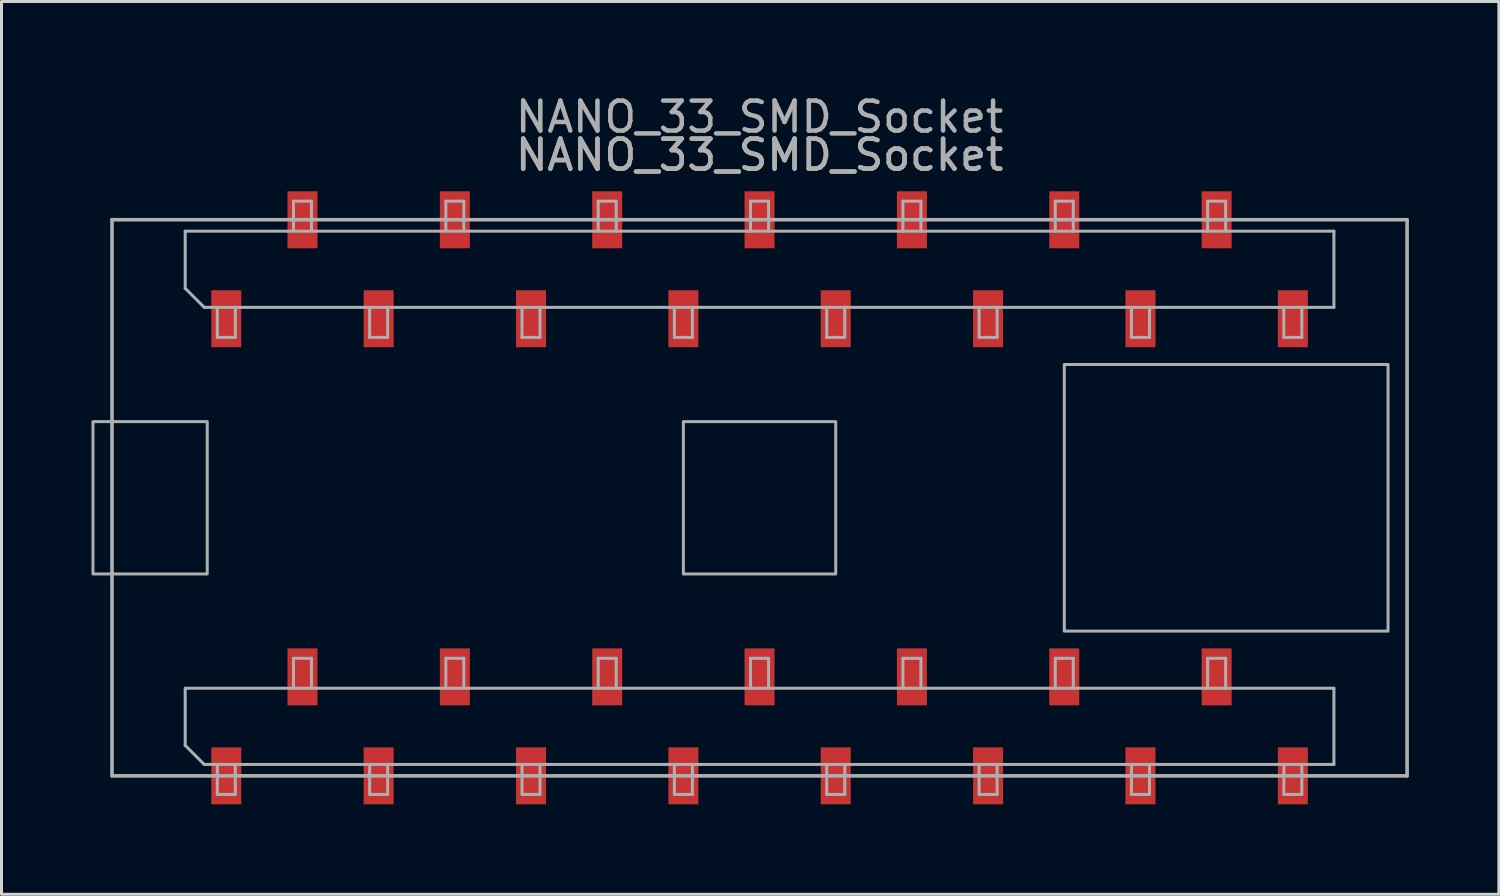
<source format=kicad_pcb>
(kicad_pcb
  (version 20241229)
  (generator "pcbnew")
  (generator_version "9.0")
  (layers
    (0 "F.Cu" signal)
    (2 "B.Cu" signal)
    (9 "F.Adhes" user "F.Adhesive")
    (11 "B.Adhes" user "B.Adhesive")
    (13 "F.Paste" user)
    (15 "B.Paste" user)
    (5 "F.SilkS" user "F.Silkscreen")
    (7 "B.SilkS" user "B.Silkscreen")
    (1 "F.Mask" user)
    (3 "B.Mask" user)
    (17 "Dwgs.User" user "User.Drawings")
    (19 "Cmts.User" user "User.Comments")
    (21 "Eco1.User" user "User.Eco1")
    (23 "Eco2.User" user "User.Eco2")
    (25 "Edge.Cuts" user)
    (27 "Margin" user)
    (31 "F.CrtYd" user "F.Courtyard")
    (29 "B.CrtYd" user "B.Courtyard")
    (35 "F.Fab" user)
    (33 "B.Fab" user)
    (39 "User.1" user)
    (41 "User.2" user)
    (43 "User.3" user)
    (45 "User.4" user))
  (footprint "NANO_33_SMD_Socket"
    (layer "F.Cu")
    (at 22.275 13.548)
    (property "Reference" "NANO_33_SMD_Socket" (at 0 -12.7 180) (layer "F.Fab") (effects (font (size 1 1) (thickness 0.15))))
    (attr smd)
    (fp_line (start -21.59 9.271) (end -21.59 -9.271) (stroke (width 0.12) (type solid)) (layer "F.Fab"))
    (fp_line (start -19.15 -8.89) (end 19.15 -8.89) (stroke (width 0.1) (type solid)) (layer "F.Fab"))
    (fp_line (start -19.15 -6.985) (end -19.15 -8.89) (stroke (width 0.1) (type solid)) (layer "F.Fab"))
    (fp_line (start -19.15 6.35) (end 19.15 6.35) (stroke (width 0.1) (type solid)) (layer "F.Fab"))
    (fp_line (start -19.15 8.255) (end -19.15 6.35) (stroke (width 0.1) (type solid)) (layer "F.Fab"))
    (fp_line (start -18.515 -6.35) (end -19.15 -6.985) (stroke (width 0.1) (type solid)) (layer "F.Fab"))
    (fp_line (start -18.515 8.89) (end -19.15 8.255) (stroke (width 0.1) (type solid)) (layer "F.Fab"))
    (fp_line (start -18.08 -5.35) (end -18.08 -6.35) (stroke (width 0.1) (type solid)) (layer "F.Fab"))
    (fp_line (start -18.08 9.89) (end -18.08 8.89) (stroke (width 0.1) (type solid)) (layer "F.Fab"))
    (fp_line (start -17.48 -6.35) (end -17.48 -5.35) (stroke (width 0.1) (type solid)) (layer "F.Fab"))
    (fp_line (start -17.48 -5.35) (end -18.08 -5.35) (stroke (width 0.1) (type solid)) (layer "F.Fab"))
    (fp_line (start -17.48 8.89) (end -17.48 9.89) (stroke (width 0.1) (type solid)) (layer "F.Fab"))
    (fp_line (start -17.48 9.89) (end -18.08 9.89) (stroke (width 0.1) (type solid)) (layer "F.Fab"))
    (fp_line (start -15.54 -9.89) (end -14.94 -9.89) (stroke (width 0.1) (type solid)) (layer "F.Fab"))
    (fp_line (start -15.54 -8.89) (end -15.54 -9.89) (stroke (width 0.1) (type solid)) (layer "F.Fab"))
    (fp_line (start -15.54 5.35) (end -14.94 5.35) (stroke (width 0.1) (type solid)) (layer "F.Fab"))
    (fp_line (start -15.54 6.35) (end -15.54 5.35) (stroke (width 0.1) (type solid)) (layer "F.Fab"))
    (fp_line (start -14.94 -9.89) (end -14.94 -8.89) (stroke (width 0.1) (type solid)) (layer "F.Fab"))
    (fp_line (start -14.94 5.35) (end -14.94 6.35) (stroke (width 0.1) (type solid)) (layer "F.Fab"))
    (fp_line (start -13 -5.35) (end -13 -6.35) (stroke (width 0.1) (type solid)) (layer "F.Fab"))
    (fp_line (start -13 9.89) (end -13 8.89) (stroke (width 0.1) (type solid)) (layer "F.Fab"))
    (fp_line (start -12.4 -6.35) (end -12.4 -5.35) (stroke (width 0.1) (type solid)) (layer "F.Fab"))
    (fp_line (start -12.4 -5.35) (end -13 -5.35) (stroke (width 0.1) (type solid)) (layer "F.Fab"))
    (fp_line (start -12.4 8.89) (end -12.4 9.89) (stroke (width 0.1) (type solid)) (layer "F.Fab"))
    (fp_line (start -12.4 9.89) (end -13 9.89) (stroke (width 0.1) (type solid)) (layer "F.Fab"))
    (fp_line (start -10.46 -9.89) (end -9.86 -9.89) (stroke (width 0.1) (type solid)) (layer "F.Fab"))
    (fp_line (start -10.46 -8.89) (end -10.46 -9.89) (stroke (width 0.1) (type solid)) (layer "F.Fab"))
    (fp_line (start -10.46 5.35) (end -9.86 5.35) (stroke (width 0.1) (type solid)) (layer "F.Fab"))
    (fp_line (start -10.46 6.35) (end -10.46 5.35) (stroke (width 0.1) (type solid)) (layer "F.Fab"))
    (fp_line (start -9.86 -9.89) (end -9.86 -8.89) (stroke (width 0.1) (type solid)) (layer "F.Fab"))
    (fp_line (start -9.86 5.35) (end -9.86 6.35) (stroke (width 0.1) (type solid)) (layer "F.Fab"))
    (fp_line (start -7.92 -5.35) (end -7.92 -6.35) (stroke (width 0.1) (type solid)) (layer "F.Fab"))
    (fp_line (start -7.92 9.89) (end -7.92 8.89) (stroke (width 0.1) (type solid)) (layer "F.Fab"))
    (fp_line (start -7.32 -6.35) (end -7.32 -5.35) (stroke (width 0.1) (type solid)) (layer "F.Fab"))
    (fp_line (start -7.32 -5.35) (end -7.92 -5.35) (stroke (width 0.1) (type solid)) (layer "F.Fab"))
    (fp_line (start -7.32 8.89) (end -7.32 9.89) (stroke (width 0.1) (type solid)) (layer "F.Fab"))
    (fp_line (start -7.32 9.89) (end -7.92 9.89) (stroke (width 0.1) (type solid)) (layer "F.Fab"))
    (fp_line (start -5.38 -9.89) (end -4.78 -9.89) (stroke (width 0.1) (type solid)) (layer "F.Fab"))
    (fp_line (start -5.38 -8.89) (end -5.38 -9.89) (stroke (width 0.1) (type solid)) (layer "F.Fab"))
    (fp_line (start -5.38 5.35) (end -4.78 5.35) (stroke (width 0.1) (type solid)) (layer "F.Fab"))
    (fp_line (start -5.38 6.35) (end -5.38 5.35) (stroke (width 0.1) (type solid)) (layer "F.Fab"))
    (fp_line (start -4.78 -9.89) (end -4.78 -8.89) (stroke (width 0.1) (type solid)) (layer "F.Fab"))
    (fp_line (start -4.78 5.35) (end -4.78 6.35) (stroke (width 0.1) (type solid)) (layer "F.Fab"))
    (fp_line (start -2.84 -5.35) (end -2.84 -6.35) (stroke (width 0.1) (type solid)) (layer "F.Fab"))
    (fp_line (start -2.84 9.89) (end -2.84 8.89) (stroke (width 0.1) (type solid)) (layer "F.Fab"))
    (fp_line (start -2.24 -6.35) (end -2.24 -5.35) (stroke (width 0.1) (type solid)) (layer "F.Fab"))
    (fp_line (start -2.24 -5.35) (end -2.84 -5.35) (stroke (width 0.1) (type solid)) (layer "F.Fab"))
    (fp_line (start -2.24 8.89) (end -2.24 9.89) (stroke (width 0.1) (type solid)) (layer "F.Fab"))
    (fp_line (start -2.24 9.89) (end -2.84 9.89) (stroke (width 0.1) (type solid)) (layer "F.Fab"))
    (fp_line (start -0.3 -9.89) (end 0.3 -9.89) (stroke (width 0.1) (type solid)) (layer "F.Fab"))
    (fp_line (start -0.3 -8.89) (end -0.3 -9.89) (stroke (width 0.1) (type solid)) (layer "F.Fab"))
    (fp_line (start -0.3 5.35) (end 0.3 5.35) (stroke (width 0.1) (type solid)) (layer "F.Fab"))
    (fp_line (start -0.3 6.35) (end -0.3 5.35) (stroke (width 0.1) (type solid)) (layer "F.Fab"))
    (fp_line (start 0.3 -9.89) (end 0.3 -8.89) (stroke (width 0.1) (type solid)) (layer "F.Fab"))
    (fp_line (start 0.3 5.35) (end 0.3 6.35) (stroke (width 0.1) (type solid)) (layer "F.Fab"))
    (fp_line (start 2.24 -5.35) (end 2.24 -6.35) (stroke (width 0.1) (type solid)) (layer "F.Fab"))
    (fp_line (start 2.24 9.89) (end 2.24 8.89) (stroke (width 0.1) (type solid)) (layer "F.Fab"))
    (fp_line (start 2.84 -6.35) (end 2.84 -5.35) (stroke (width 0.1) (type solid)) (layer "F.Fab"))
    (fp_line (start 2.84 -5.35) (end 2.24 -5.35) (stroke (width 0.1) (type solid)) (layer "F.Fab"))
    (fp_line (start 2.84 8.89) (end 2.84 9.89) (stroke (width 0.1) (type solid)) (layer "F.Fab"))
    (fp_line (start 2.84 9.89) (end 2.24 9.89) (stroke (width 0.1) (type solid)) (layer "F.Fab"))
    (fp_line (start 4.78 -9.89) (end 5.38 -9.89) (stroke (width 0.1) (type solid)) (layer "F.Fab"))
    (fp_line (start 4.78 -8.89) (end 4.78 -9.89) (stroke (width 0.1) (type solid)) (layer "F.Fab"))
    (fp_line (start 4.78 5.35) (end 5.38 5.35) (stroke (width 0.1) (type solid)) (layer "F.Fab"))
    (fp_line (start 4.78 6.35) (end 4.78 5.35) (stroke (width 0.1) (type solid)) (layer "F.Fab"))
    (fp_line (start 5.38 -9.89) (end 5.38 -8.89) (stroke (width 0.1) (type solid)) (layer "F.Fab"))
    (fp_line (start 5.38 5.35) (end 5.38 6.35) (stroke (width 0.1) (type solid)) (layer "F.Fab"))
    (fp_line (start 7.32 -5.35) (end 7.32 -6.35) (stroke (width 0.1) (type solid)) (layer "F.Fab"))
    (fp_line (start 7.32 9.89) (end 7.32 8.89) (stroke (width 0.1) (type solid)) (layer "F.Fab"))
    (fp_line (start 7.92 -6.35) (end 7.92 -5.35) (stroke (width 0.1) (type solid)) (layer "F.Fab"))
    (fp_line (start 7.92 -5.35) (end 7.32 -5.35) (stroke (width 0.1) (type solid)) (layer "F.Fab"))
    (fp_line (start 7.92 8.89) (end 7.92 9.89) (stroke (width 0.1) (type solid)) (layer "F.Fab"))
    (fp_line (start 7.92 9.89) (end 7.32 9.89) (stroke (width 0.1) (type solid)) (layer "F.Fab"))
    (fp_line (start 9.86 -9.89) (end 10.46 -9.89) (stroke (width 0.1) (type solid)) (layer "F.Fab"))
    (fp_line (start 9.86 -8.89) (end 9.86 -9.89) (stroke (width 0.1) (type solid)) (layer "F.Fab"))
    (fp_line (start 9.86 5.35) (end 10.46 5.35) (stroke (width 0.1) (type solid)) (layer "F.Fab"))
    (fp_line (start 9.86 6.35) (end 9.86 5.35) (stroke (width 0.1) (type solid)) (layer "F.Fab"))
    (fp_line (start 10.46 -9.89) (end 10.46 -8.89) (stroke (width 0.1) (type solid)) (layer "F.Fab"))
    (fp_line (start 10.46 5.35) (end 10.46 6.35) (stroke (width 0.1) (type solid)) (layer "F.Fab"))
    (fp_line (start 12.4 -5.35) (end 12.4 -6.35) (stroke (width 0.1) (type solid)) (layer "F.Fab"))
    (fp_line (start 12.4 9.89) (end 12.4 8.89) (stroke (width 0.1) (type solid)) (layer "F.Fab"))
    (fp_line (start 13 -6.35) (end 13 -5.35) (stroke (width 0.1) (type solid)) (layer "F.Fab"))
    (fp_line (start 13 -5.35) (end 12.4 -5.35) (stroke (width 0.1) (type solid)) (layer "F.Fab"))
    (fp_line (start 13 8.89) (end 13 9.89) (stroke (width 0.1) (type solid)) (layer "F.Fab"))
    (fp_line (start 13 9.89) (end 12.4 9.89) (stroke (width 0.1) (type solid)) (layer "F.Fab"))
    (fp_line (start 14.94 -9.89) (end 15.54 -9.89) (stroke (width 0.1) (type solid)) (layer "F.Fab"))
    (fp_line (start 14.94 -8.89) (end 14.94 -9.89) (stroke (width 0.1) (type solid)) (layer "F.Fab"))
    (fp_line (start 14.94 5.35) (end 15.54 5.35) (stroke (width 0.1) (type solid)) (layer "F.Fab"))
    (fp_line (start 14.94 6.35) (end 14.94 5.35) (stroke (width 0.1) (type solid)) (layer "F.Fab"))
    (fp_line (start 15.54 -9.89) (end 15.54 -8.89) (stroke (width 0.1) (type solid)) (layer "F.Fab"))
    (fp_line (start 15.54 5.35) (end 15.54 6.35) (stroke (width 0.1) (type solid)) (layer "F.Fab"))
    (fp_line (start 17.48 -5.35) (end 17.48 -6.35) (stroke (width 0.1) (type solid)) (layer "F.Fab"))
    (fp_line (start 17.48 9.89) (end 17.48 8.89) (stroke (width 0.1) (type solid)) (layer "F.Fab"))
    (fp_line (start 18.08 -6.35) (end 18.08 -5.35) (stroke (width 0.1) (type solid)) (layer "F.Fab"))
    (fp_line (start 18.08 -5.35) (end 17.48 -5.35) (stroke (width 0.1) (type solid)) (layer "F.Fab"))
    (fp_line (start 18.08 8.89) (end 18.08 9.89) (stroke (width 0.1) (type solid)) (layer "F.Fab"))
    (fp_line (start 18.08 9.89) (end 17.48 9.89) (stroke (width 0.1) (type solid)) (layer "F.Fab"))
    (fp_line (start 19.15 -8.89) (end 19.15 -6.35) (stroke (width 0.1) (type solid)) (layer "F.Fab"))
    (fp_line (start 19.15 -6.35) (end -18.515 -6.35) (stroke (width 0.1) (type solid)) (layer "F.Fab"))
    (fp_line (start 19.15 6.35) (end 19.15 8.89) (stroke (width 0.1) (type solid)) (layer "F.Fab"))
    (fp_line (start 19.15 8.89) (end -18.515 8.89) (stroke (width 0.1) (type solid)) (layer "F.Fab"))
    (fp_line (start 21.59 -9.271) (end -21.59 -9.271) (stroke (width 0.12) (type solid)) (layer "F.Fab"))
    (fp_line (start 21.59 9.271) (end -21.59 9.271) (stroke (width 0.12) (type solid)) (layer "F.Fab"))
    (fp_line (start 21.59 9.271) (end 21.59 -9.271) (stroke (width 0.12) (type solid)) (layer "F.Fab"))
    (fp_poly (pts (xy -18.415 2.54) (xy -22.225 2.54) (xy -22.225 -2.54) (xy -18.415 -2.54)) (stroke (width 0.1) (type solid)) (fill no) (layer "F.Fab"))
    (fp_poly (pts (xy 2.54 2.54) (xy -2.54 2.54) (xy -2.54 -2.54) (xy 2.54 -2.54)) (stroke (width 0.1) (type solid)) (fill no) (layer "F.Fab"))
    (fp_poly (pts (xy 20.955 4.445) (xy 10.16 4.445) (xy 10.16 -4.445) (xy 20.955 -4.445)) (stroke (width 0.1) (type solid)) (fill no) (layer "F.Fab"))
    (fp_text user "${REFERENCE}" (at 0 -11.43 180) (layer "F.Fab") (effects (font (size 1 1) (thickness 0.15))))
    (fp_text user "${REFERENCE}" (at 0 -11.43 180) (layer "F.Fab") (effects (font (size 1 1) (thickness 0.15))))
    (pad "1" smd rect (at -17.78 9.27 90) (size 1.9 1) (layers "F.Cu" "F.Mask" "F.Paste"))
    (pad "2" smd rect (at -15.24 5.97 90) (size 1.9 1) (layers "F.Cu" "F.Mask" "F.Paste"))
    (pad "3" smd rect (at -12.7 9.27 90) (size 1.9 1) (layers "F.Cu" "F.Mask" "F.Paste"))
    (pad "4" smd rect (at -10.16 5.97 90) (size 1.9 1) (layers "F.Cu" "F.Mask" "F.Paste"))
    (pad "5" smd rect (at -7.62 9.27 90) (size 1.9 1) (layers "F.Cu" "F.Mask" "F.Paste"))
    (pad "6" smd rect (at -5.08 5.97 90) (size 1.9 1) (layers "F.Cu" "F.Mask" "F.Paste"))
    (pad "7" smd rect (at -2.54 9.27 90) (size 1.9 1) (layers "F.Cu" "F.Mask" "F.Paste"))
    (pad "8" smd rect (at 0 5.97 90) (size 1.9 1) (layers "F.Cu" "F.Mask" "F.Paste"))
    (pad "9" smd rect (at 2.54 9.27 90) (size 1.9 1) (layers "F.Cu" "F.Mask" "F.Paste"))
    (pad "10" smd rect (at 5.08 5.97 90) (size 1.9 1) (layers "F.Cu" "F.Mask" "F.Paste"))
    (pad "11" smd rect (at 7.62 9.27 90) (size 1.9 1) (layers "F.Cu" "F.Mask" "F.Paste"))
    (pad "12" smd rect (at 10.16 5.97 90) (size 1.9 1) (layers "F.Cu" "F.Mask" "F.Paste"))
    (pad "13" smd rect (at 12.7 9.27 90) (size 1.9 1) (layers "F.Cu" "F.Mask" "F.Paste"))
    (pad "14" smd rect (at 15.24 5.97 90) (size 1.9 1) (layers "F.Cu" "F.Mask" "F.Paste"))
    (pad "15" smd rect (at 17.78 9.27 90) (size 1.9 1) (layers "F.Cu" "F.Mask" "F.Paste"))
    (pad "16" smd rect (at 17.78 -5.97 90) (size 1.9 1) (layers "F.Cu" "F.Mask" "F.Paste"))
    (pad "17" smd rect (at 15.24 -9.27 90) (size 1.9 1) (layers "F.Cu" "F.Mask" "F.Paste"))
    (pad "18" smd rect (at 12.7 -5.97 90) (size 1.9 1) (layers "F.Cu" "F.Mask" "F.Paste"))
    (pad "19" smd rect (at 10.16 -9.27 90) (size 1.9 1) (layers "F.Cu" "F.Mask" "F.Paste"))
    (pad "20" smd rect (at 7.62 -5.97 90) (size 1.9 1) (layers "F.Cu" "F.Mask" "F.Paste"))
    (pad "21" smd rect (at 5.08 -9.27 90) (size 1.9 1) (layers "F.Cu" "F.Mask" "F.Paste"))
    (pad "22" smd rect (at 2.54 -5.97 90) (size 1.9 1) (layers "F.Cu" "F.Mask" "F.Paste"))
    (pad "23" smd rect (at 0 -9.27 90) (size 1.9 1) (layers "F.Cu" "F.Mask" "F.Paste"))
    (pad "24" smd rect (at -2.54 -5.97 90) (size 1.9 1) (layers "F.Cu" "F.Mask" "F.Paste"))
    (pad "25" smd rect (at -5.08 -9.27 90) (size 1.9 1) (layers "F.Cu" "F.Mask" "F.Paste"))
    (pad "26" smd rect (at -7.62 -5.97 90) (size 1.9 1) (layers "F.Cu" "F.Mask" "F.Paste"))
    (pad "27" smd rect (at -10.16 -9.27 90) (size 1.9 1) (layers "F.Cu" "F.Mask" "F.Paste"))
    (pad "28" smd rect (at -12.7 -5.97 90) (size 1.9 1) (layers "F.Cu" "F.Mask" "F.Paste"))
    (pad "29" smd rect (at -15.24 -9.27 90) (size 1.9 1) (layers "F.Cu" "F.Mask" "F.Paste"))
    (pad "30" smd rect (at -17.78 -5.97 90) (size 1.9 1) (layers "F.Cu" "F.Mask" "F.Paste")))
  (gr_rect
    (start -3 -3)
    (end 46.925 26.768)
    (stroke (width 0.1) (type default))
    (fill no)
    (layer "Edge.Cuts")))
</source>
